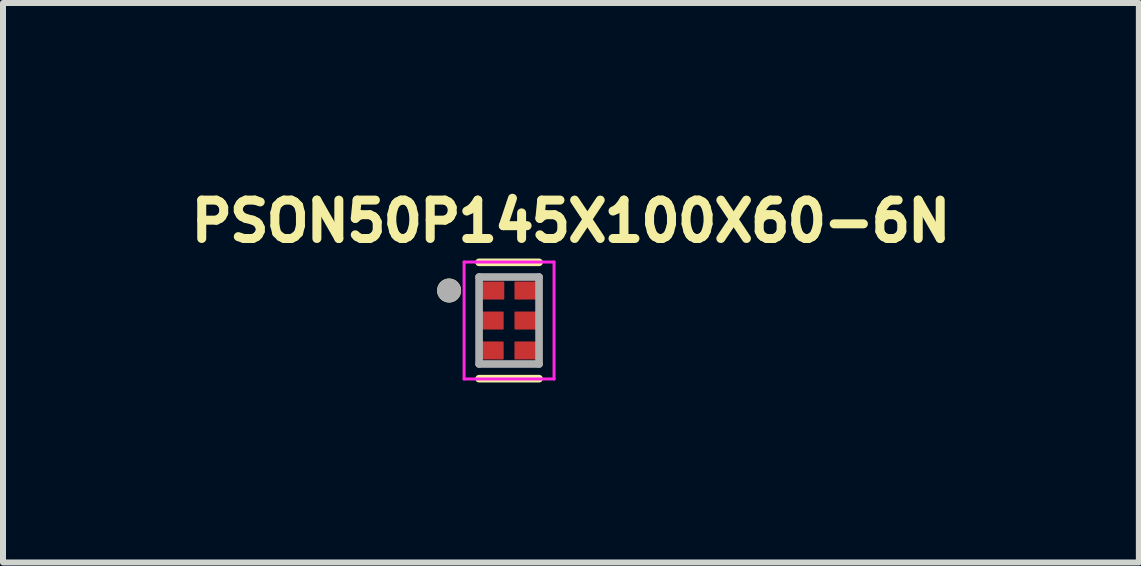
<source format=kicad_pcb>
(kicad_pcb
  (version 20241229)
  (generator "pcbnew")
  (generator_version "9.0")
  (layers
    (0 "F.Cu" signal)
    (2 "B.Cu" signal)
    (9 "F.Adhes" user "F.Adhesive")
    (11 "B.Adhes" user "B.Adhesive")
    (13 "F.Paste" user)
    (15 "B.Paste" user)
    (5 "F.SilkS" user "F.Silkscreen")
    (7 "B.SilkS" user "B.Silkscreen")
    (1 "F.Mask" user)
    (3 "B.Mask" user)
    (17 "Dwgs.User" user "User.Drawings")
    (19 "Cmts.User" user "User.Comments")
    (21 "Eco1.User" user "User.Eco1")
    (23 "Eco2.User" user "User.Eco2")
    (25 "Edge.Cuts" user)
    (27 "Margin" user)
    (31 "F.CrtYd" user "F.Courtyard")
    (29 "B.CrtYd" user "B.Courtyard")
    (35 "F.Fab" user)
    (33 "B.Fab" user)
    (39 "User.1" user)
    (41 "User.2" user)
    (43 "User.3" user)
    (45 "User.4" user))
  (footprint "PSON50P145X100X60-6N"
    (layer "F.Cu")
    (at 5.438 2.294)
    (property "Reference" "PSON50P145X100X60-6N" (at 1.032 -1.656 0) (layer "F.SilkS") (effects (font (size 0.64 0.64) (thickness 0.15))))
    (attr through_hole)
    (fp_line (start -0.5 -0.97) (end 0.5 -0.97) (stroke (width 0.127) (type solid)) (layer "F.SilkS"))
    (fp_line (start -0.5 0.97) (end 0.5 0.97) (stroke (width 0.127) (type solid)) (layer "F.SilkS"))
    (fp_circle (center -1 -0.5) (end -0.9 -0.5) (stroke (width 0.2) (type solid)) (fill no) (layer "F.SilkS"))
    (fp_line (start -0.75 -0.975) (end 0.75 -0.975) (stroke (width 0.05) (type solid)) (layer "F.CrtYd"))
    (fp_line (start -0.75 0.975) (end -0.75 -0.975) (stroke (width 0.05) (type solid)) (layer "F.CrtYd"))
    (fp_line (start 0.75 -0.975) (end 0.75 0.975) (stroke (width 0.05) (type solid)) (layer "F.CrtYd"))
    (fp_line (start 0.75 0.975) (end -0.75 0.975) (stroke (width 0.05) (type solid)) (layer "F.CrtYd"))
    (fp_line (start -0.5 -0.725) (end -0.5 0.725) (stroke (width 0.127) (type solid)) (layer "F.Fab"))
    (fp_line (start -0.5 -0.725) (end 0.5 -0.725) (stroke (width 0.127) (type solid)) (layer "F.Fab"))
    (fp_line (start -0.5 0.725) (end 0.5 0.725) (stroke (width 0.127) (type solid)) (layer "F.Fab"))
    (fp_line (start 0.5 0.725) (end 0.5 -0.725) (stroke (width 0.127) (type solid)) (layer "F.Fab"))
    (fp_circle (center -1 -0.5) (end -0.9 -0.5) (stroke (width 0.2) (type solid)) (fill no) (layer "F.Fab"))
    (pad "1" smd roundrect (at -0.29 -0.5) (size 0.42 0.3) (layers "F.Cu" "F.Mask" "F.Paste") (roundrect_rratio 0.04))
    (pad "2" smd roundrect (at -0.295 0) (size 0.41 0.3) (layers "F.Cu" "F.Mask" "F.Paste") (roundrect_rratio 0.04))
    (pad "3" smd roundrect (at -0.295 0.5) (size 0.41 0.3) (layers "F.Cu" "F.Mask" "F.Paste") (roundrect_rratio 0.04))
    (pad "4" smd roundrect (at 0.295 0.5) (size 0.41 0.3) (layers "F.Cu" "F.Mask" "F.Paste") (roundrect_rratio 0.04))
    (pad "5" smd roundrect (at 0.295 0) (size 0.41 0.3) (layers "F.Cu" "F.Mask" "F.Paste") (roundrect_rratio 0.04))
    (pad "6" smd roundrect (at 0.295 -0.5) (size 0.41 0.3) (layers "F.Cu" "F.Mask" "F.Paste") (roundrect_rratio 0.04)))
  (gr_rect
    (start -3 -3)
    (end 15.939 6.328)
    (stroke (width 0.1) (type default))
    (fill no)
    (layer "Edge.Cuts")))
</source>
